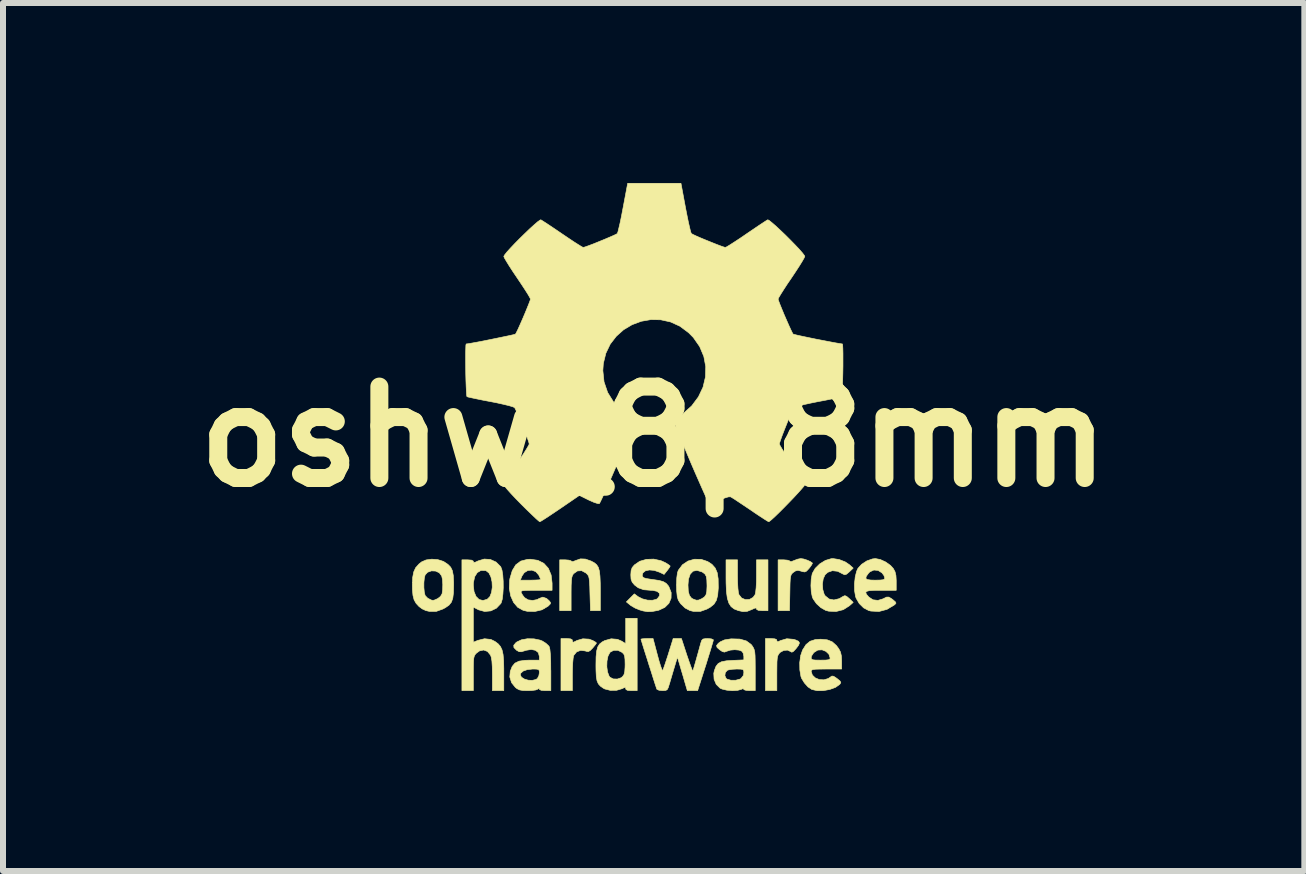
<source format=kicad_pcb>
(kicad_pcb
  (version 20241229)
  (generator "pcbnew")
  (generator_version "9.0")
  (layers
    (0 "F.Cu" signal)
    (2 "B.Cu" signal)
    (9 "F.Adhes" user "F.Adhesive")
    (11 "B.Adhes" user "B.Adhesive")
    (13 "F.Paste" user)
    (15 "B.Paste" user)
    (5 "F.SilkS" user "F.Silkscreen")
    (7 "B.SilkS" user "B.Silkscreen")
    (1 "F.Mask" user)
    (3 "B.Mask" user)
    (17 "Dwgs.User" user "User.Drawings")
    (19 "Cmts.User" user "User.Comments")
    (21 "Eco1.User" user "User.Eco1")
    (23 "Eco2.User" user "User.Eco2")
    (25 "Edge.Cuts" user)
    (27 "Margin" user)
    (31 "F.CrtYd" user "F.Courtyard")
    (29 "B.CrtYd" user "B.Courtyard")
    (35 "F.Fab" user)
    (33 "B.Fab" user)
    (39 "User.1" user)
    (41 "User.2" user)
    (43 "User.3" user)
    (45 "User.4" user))
  (footprint "oshw_8p8mm"
    (layer "F.Cu")
    (at 7.845 4.228)
    (property "Reference" "oshw_8p8mm" (at 0 0 0) (layer "F.SilkS") (effects (font (size 1.524 1.524) (thickness 0.3))))
    (attr through_hole)
    (fp_poly (pts (xy 2.02 3.37) (xy 2.049 3.383) (xy 2.053 3.398) (xy 2.057 3.418) (xy 2.078 3.416) (xy 2.116 3.398) (xy 2.219 3.368) (xy 2.332 3.378) (xy 2.368 3.389) (xy 2.415 3.411) (xy 2.43 3.439) (xy 2.413 3.48) (xy 2.371 3.535) (xy 2.33 3.579) (xy 2.303 3.593) (xy 2.283 3.582) (xy 2.232 3.558) (xy 2.168 3.563) (xy 2.109 3.595) (xy 2.099 3.605) (xy 2.081 3.628) (xy 2.068 3.655) (xy 2.06 3.694) (xy 2.055 3.753) (xy 2.054 3.839) (xy 2.053 3.944) (xy 2.053 4.233) (xy 1.863 4.233) (xy 1.863 3.365) (xy 1.958 3.365) (xy 2.02 3.37)) (stroke (width 0.01) (type solid)) (fill yes) (layer "F.SilkS"))
    (fp_poly (pts (xy -1.387 3.37) (xy -1.359 3.384) (xy -1.355 3.397) (xy -1.352 3.422) (xy -1.338 3.426) (xy -1.302 3.41) (xy -1.278 3.397) (xy -1.18 3.369) (xy -1.077 3.375) (xy -1.015 3.398) (xy -0.973 3.422) (xy -0.953 3.439) (xy -0.953 3.439) (xy -0.965 3.459) (xy -0.997 3.499) (xy -1.016 3.522) (xy -1.059 3.566) (xy -1.09 3.582) (xy -1.125 3.577) (xy -1.142 3.571) (xy -1.218 3.562) (xy -1.285 3.588) (xy -1.331 3.645) (xy -1.334 3.652) (xy -1.342 3.694) (xy -1.349 3.768) (xy -1.353 3.863) (xy -1.355 3.97) (xy -1.355 4.233) (xy -1.545 4.233) (xy -1.545 3.365) (xy -1.45 3.365) (xy -1.387 3.37)) (stroke (width 0.01) (type solid)) (fill yes) (layer "F.SilkS"))
    (fp_poly (pts (xy 2.5 2.039) (xy 2.558 2.058) (xy 2.61 2.081) (xy 2.642 2.103) (xy 2.646 2.111) (xy 2.633 2.137) (xy 2.602 2.181) (xy 2.588 2.198) (xy 2.548 2.241) (xy 2.518 2.255) (xy 2.478 2.249) (xy 2.459 2.242) (xy 2.405 2.228) (xy 2.364 2.238) (xy 2.332 2.259) (xy 2.31 2.277) (xy 2.294 2.297) (xy 2.284 2.326) (xy 2.277 2.371) (xy 2.273 2.441) (xy 2.271 2.543) (xy 2.27 2.6) (xy 2.264 2.9) (xy 2.074 2.9) (xy 2.074 2.053) (xy 2.168 2.053) (xy 2.226 2.058) (xy 2.263 2.069) (xy 2.269 2.076) (xy 2.291 2.084) (xy 2.339 2.065) (xy 2.399 2.042) (xy 2.451 2.032) (xy 2.5 2.039)) (stroke (width 0.01) (type solid)) (fill yes) (layer "F.SilkS"))
    (fp_poly (pts (xy 1.397 2.317) (xy 1.399 2.429) (xy 1.404 2.526) (xy 1.412 2.598) (xy 1.421 2.633) (xy 1.466 2.69) (xy 1.529 2.716) (xy 1.597 2.713) (xy 1.657 2.679) (xy 1.691 2.632) (xy 1.7 2.59) (xy 1.708 2.516) (xy 1.713 2.419) (xy 1.714 2.317) (xy 1.714 2.053) (xy 1.905 2.053) (xy 1.905 2.9) (xy 1.81 2.9) (xy 1.745 2.895) (xy 1.717 2.88) (xy 1.714 2.87) (xy 1.707 2.855) (xy 1.678 2.861) (xy 1.636 2.881) (xy 1.558 2.912) (xy 1.487 2.916) (xy 1.411 2.899) (xy 1.342 2.872) (xy 1.29 2.832) (xy 1.253 2.774) (xy 1.228 2.694) (xy 1.213 2.584) (xy 1.207 2.441) (xy 1.206 2.361) (xy 1.206 2.053) (xy 1.397 2.053) (xy 1.397 2.317)) (stroke (width 0.01) (type solid)) (fill yes) (layer "F.SilkS"))
    (fp_poly (pts (xy -1.139 2.04) (xy -1.044 2.073) (xy -0.991 2.101) (xy -0.951 2.134) (xy -0.923 2.177) (xy -0.905 2.239) (xy -0.895 2.324) (xy -0.89 2.44) (xy -0.889 2.571) (xy -0.889 2.9) (xy -1.053 2.9) (xy -1.062 2.612) (xy -1.065 2.496) (xy -1.07 2.415) (xy -1.076 2.361) (xy -1.085 2.325) (xy -1.1 2.301) (xy -1.121 2.28) (xy -1.131 2.271) (xy -1.2 2.234) (xy -1.27 2.238) (xy -1.334 2.283) (xy -1.339 2.289) (xy -1.354 2.314) (xy -1.365 2.349) (xy -1.371 2.402) (xy -1.375 2.481) (xy -1.376 2.594) (xy -1.376 2.616) (xy -1.376 2.9) (xy -1.566 2.9) (xy -1.566 2.053) (xy -1.473 2.053) (xy -1.415 2.058) (xy -1.378 2.069) (xy -1.372 2.076) (xy -1.349 2.084) (xy -1.301 2.065) (xy -1.221 2.037) (xy -1.139 2.04)) (stroke (width 0.01) (type solid)) (fill yes) (layer "F.SilkS"))
    (fp_poly (pts (xy 3.092 2.048) (xy 3.194 2.088) (xy 3.262 2.134) (xy 3.326 2.191) (xy 3.26 2.254) (xy 3.215 2.292) (xy 3.185 2.302) (xy 3.158 2.291) (xy 3.067 2.244) (xy 2.979 2.234) (xy 2.902 2.261) (xy 2.857 2.302) (xy 2.826 2.369) (xy 2.813 2.457) (xy 2.819 2.549) (xy 2.842 2.627) (xy 2.858 2.652) (xy 2.924 2.706) (xy 3.004 2.722) (xy 3.094 2.7) (xy 3.158 2.662) (xy 3.187 2.65) (xy 3.217 2.662) (xy 3.26 2.699) (xy 3.326 2.762) (xy 3.262 2.819) (xy 3.16 2.884) (xy 3.041 2.914) (xy 2.918 2.909) (xy 2.868 2.896) (xy 2.788 2.851) (xy 2.713 2.783) (xy 2.658 2.704) (xy 2.644 2.672) (xy 2.627 2.588) (xy 2.621 2.482) (xy 2.626 2.375) (xy 2.642 2.288) (xy 2.644 2.28) (xy 2.692 2.196) (xy 2.769 2.12) (xy 2.862 2.063) (xy 2.959 2.034) (xy 2.989 2.032) (xy 3.092 2.048)) (stroke (width 0.01) (type solid)) (fill yes) (layer "F.SilkS"))
    (fp_poly (pts (xy 0.792 2.045) (xy 0.901 2.082) (xy 0.972 2.129) (xy 1.025 2.189) (xy 1.059 2.267) (xy 1.075 2.37) (xy 1.077 2.506) (xy 1.077 2.524) (xy 1.067 2.642) (xy 1.045 2.728) (xy 1.006 2.791) (xy 0.944 2.842) (xy 0.889 2.873) (xy 0.778 2.913) (xy 0.667 2.913) (xy 0.606 2.899) (xy 0.524 2.856) (xy 0.45 2.785) (xy 0.411 2.726) (xy 0.393 2.666) (xy 0.383 2.568) (xy 0.381 2.477) (xy 0.381 2.472) (xy 0.572 2.472) (xy 0.577 2.577) (xy 0.596 2.647) (xy 0.631 2.692) (xy 0.663 2.709) (xy 0.711 2.726) (xy 0.748 2.724) (xy 0.795 2.704) (xy 0.803 2.7) (xy 0.846 2.672) (xy 0.872 2.636) (xy 0.885 2.582) (xy 0.889 2.499) (xy 0.889 2.477) (xy 0.886 2.386) (xy 0.876 2.327) (xy 0.853 2.288) (xy 0.814 2.259) (xy 0.802 2.253) (xy 0.722 2.229) (xy 0.657 2.242) (xy 0.609 2.292) (xy 0.58 2.376) (xy 0.572 2.472) (xy 0.381 2.472) (xy 0.385 2.355) (xy 0.397 2.267) (xy 0.411 2.227) (xy 0.48 2.135) (xy 0.573 2.073) (xy 0.679 2.043) (xy 0.792 2.045)) (stroke (width 0.01) (type solid)) (fill yes) (layer "F.SilkS"))
    (fp_poly (pts (xy -0.275 4.233) (xy -0.37 4.233) (xy -0.433 4.229) (xy -0.461 4.215) (xy -0.466 4.201) (xy -0.47 4.181) (xy -0.49 4.183) (xy -0.528 4.201) (xy -0.619 4.228) (xy -0.722 4.229) (xy -0.816 4.205) (xy -0.84 4.192) (xy -0.888 4.158) (xy -0.922 4.12) (xy -0.944 4.07) (xy -0.956 4) (xy -0.961 3.901) (xy -0.962 3.834) (xy -0.781 3.834) (xy -0.769 3.922) (xy -0.743 3.991) (xy -0.728 4.01) (xy -0.674 4.038) (xy -0.605 4.04) (xy -0.541 4.018) (xy -0.517 3.998) (xy -0.494 3.964) (xy -0.482 3.916) (xy -0.477 3.842) (xy -0.476 3.795) (xy -0.478 3.712) (xy -0.484 3.659) (xy -0.498 3.625) (xy -0.523 3.599) (xy -0.526 3.596) (xy -0.594 3.562) (xy -0.665 3.561) (xy -0.725 3.592) (xy -0.729 3.597) (xy -0.761 3.657) (xy -0.778 3.741) (xy -0.781 3.834) (xy -0.962 3.834) (xy -0.962 3.799) (xy -0.96 3.67) (xy -0.951 3.575) (xy -0.933 3.507) (xy -0.903 3.458) (xy -0.859 3.422) (xy -0.816 3.399) (xy -0.708 3.369) (xy -0.603 3.378) (xy -0.534 3.408) (xy -0.466 3.45) (xy -0.466 3.027) (xy -0.275 3.027) (xy -0.275 4.233)) (stroke (width 0.01) (type solid)) (fill yes) (layer "F.SilkS"))
    (fp_poly (pts (xy -3.6 2.049) (xy -3.511 2.077) (xy -3.495 2.085) (xy -3.429 2.129) (xy -3.383 2.176) (xy -3.355 2.234) (xy -3.34 2.314) (xy -3.334 2.423) (xy -3.334 2.477) (xy -3.337 2.601) (xy -3.348 2.692) (xy -3.371 2.758) (xy -3.411 2.808) (xy -3.471 2.85) (xy -3.514 2.873) (xy -3.625 2.913) (xy -3.735 2.913) (xy -3.797 2.899) (xy -3.857 2.871) (xy -3.91 2.832) (xy -3.96 2.778) (xy -3.993 2.719) (xy -4.012 2.645) (xy -4.021 2.546) (xy -4.021 2.515) (xy -3.83 2.515) (xy -3.823 2.592) (xy -3.81 2.645) (xy -3.809 2.648) (xy -3.767 2.692) (xy -3.707 2.723) (xy -3.677 2.729) (xy -3.648 2.721) (xy -3.601 2.7) (xy -3.6 2.7) (xy -3.553 2.663) (xy -3.527 2.62) (xy -3.517 2.551) (xy -3.515 2.464) (xy -3.52 2.381) (xy -3.533 2.322) (xy -3.573 2.269) (xy -3.635 2.24) (xy -3.704 2.237) (xy -3.768 2.26) (xy -3.809 2.305) (xy -3.822 2.355) (xy -3.83 2.431) (xy -3.83 2.515) (xy -4.021 2.515) (xy -4.022 2.47) (xy -4.017 2.347) (xy -3.999 2.254) (xy -3.966 2.183) (xy -3.911 2.122) (xy -3.867 2.087) (xy -3.794 2.055) (xy -3.699 2.042) (xy -3.6 2.049)) (stroke (width 0.01) (type solid)) (fill yes) (layer "F.SilkS"))
    (fp_poly (pts (xy -1.931 2.061) (xy -1.83 2.112) (xy -1.755 2.195) (xy -1.709 2.306) (xy -1.693 2.441) (xy -1.693 2.561) (xy -1.957 2.561) (xy -2.067 2.562) (xy -2.14 2.564) (xy -2.185 2.568) (xy -2.206 2.576) (xy -2.211 2.588) (xy -2.208 2.598) (xy -2.185 2.641) (xy -2.152 2.683) (xy -2.093 2.72) (xy -2.017 2.73) (xy -1.941 2.715) (xy -1.909 2.697) (xy -1.848 2.675) (xy -1.786 2.696) (xy -1.744 2.733) (xy -1.72 2.764) (xy -1.721 2.786) (xy -1.751 2.817) (xy -1.762 2.827) (xy -1.862 2.886) (xy -1.981 2.914) (xy -2.107 2.911) (xy -2.176 2.894) (xy -2.265 2.845) (xy -2.335 2.763) (xy -2.383 2.655) (xy -2.406 2.53) (xy -2.4 2.393) (xy -2.4 2.392) (xy -2.223 2.392) (xy -2.053 2.392) (xy -1.975 2.39) (xy -1.915 2.387) (xy -1.886 2.382) (xy -1.884 2.38) (xy -1.893 2.355) (xy -1.914 2.31) (xy -1.916 2.306) (xy -1.965 2.25) (xy -2.03 2.225) (xy -2.098 2.231) (xy -2.158 2.268) (xy -2.195 2.323) (xy -2.223 2.392) (xy -2.4 2.392) (xy -2.396 2.365) (xy -2.357 2.233) (xy -2.298 2.136) (xy -2.215 2.074) (xy -2.107 2.046) (xy -2.057 2.043) (xy -1.931 2.061)) (stroke (width 0.01) (type solid)) (fill yes) (layer "F.SilkS"))
    (fp_poly (pts (xy 0.123 2.068) (xy 0.196 2.101) (xy 0.244 2.131) (xy 0.272 2.153) (xy 0.275 2.158) (xy 0.263 2.18) (xy 0.233 2.222) (xy 0.224 2.233) (xy 0.174 2.296) (xy 0.097 2.259) (xy 0.01 2.229) (xy -0.071 2.222) (xy -0.137 2.236) (xy -0.179 2.27) (xy -0.191 2.309) (xy -0.185 2.334) (xy -0.165 2.352) (xy -0.122 2.365) (xy -0.047 2.377) (xy -0.009 2.382) (xy 0.092 2.397) (xy 0.161 2.417) (xy 0.208 2.445) (xy 0.244 2.486) (xy 0.254 2.502) (xy 0.292 2.599) (xy 0.29 2.693) (xy 0.254 2.778) (xy 0.185 2.846) (xy 0.087 2.892) (xy 0.062 2.898) (xy -0.03 2.915) (xy -0.102 2.917) (xy -0.174 2.905) (xy -0.233 2.888) (xy -0.307 2.858) (xy -0.376 2.818) (xy -0.392 2.806) (xy -0.455 2.754) (xy -0.389 2.687) (xy -0.322 2.62) (xy -0.258 2.668) (xy -0.186 2.704) (xy -0.102 2.725) (xy -0.02 2.727) (xy 0.045 2.711) (xy 0.064 2.698) (xy 0.099 2.65) (xy 0.095 2.609) (xy 0.056 2.578) (xy -0.016 2.562) (xy -0.049 2.561) (xy -0.167 2.551) (xy -0.257 2.519) (xy -0.319 2.472) (xy -0.358 2.425) (xy -0.377 2.375) (xy -0.381 2.304) (xy -0.376 2.232) (xy -0.358 2.182) (xy -0.321 2.138) (xy -0.232 2.077) (xy -0.121 2.045) (xy 0.001 2.041) (xy 0.123 2.068)) (stroke (width 0.01) (type solid)) (fill yes) (layer "F.SilkS"))
    (fp_poly (pts (xy 3.778 2.048) (xy 3.867 2.089) (xy 3.947 2.146) (xy 3.995 2.199) (xy 4.023 2.252) (xy 4.038 2.313) (xy 4.043 2.397) (xy 4.043 2.416) (xy 4.043 2.561) (xy 3.789 2.561) (xy 3.672 2.562) (xy 3.593 2.567) (xy 3.548 2.579) (xy 3.535 2.598) (xy 3.547 2.628) (xy 3.583 2.67) (xy 3.587 2.674) (xy 3.655 2.719) (xy 3.738 2.729) (xy 3.824 2.703) (xy 3.831 2.699) (xy 3.882 2.674) (xy 3.92 2.674) (xy 3.964 2.7) (xy 3.99 2.72) (xy 4.029 2.754) (xy 4.039 2.775) (xy 4.022 2.796) (xy 4.011 2.805) (xy 3.888 2.879) (xy 3.756 2.914) (xy 3.621 2.907) (xy 3.584 2.898) (xy 3.5 2.854) (xy 3.426 2.781) (xy 3.374 2.691) (xy 3.364 2.661) (xy 3.348 2.563) (xy 3.347 2.45) (xy 3.357 2.363) (xy 3.536 2.363) (xy 3.56 2.382) (xy 3.62 2.39) (xy 3.694 2.392) (xy 3.776 2.39) (xy 3.824 2.385) (xy 3.847 2.374) (xy 3.852 2.356) (xy 3.839 2.316) (xy 3.806 2.271) (xy 3.742 2.23) (xy 3.67 2.223) (xy 3.604 2.253) (xy 3.579 2.278) (xy 3.543 2.33) (xy 3.536 2.363) (xy 3.357 2.363) (xy 3.359 2.339) (xy 3.383 2.243) (xy 3.405 2.195) (xy 3.467 2.127) (xy 3.553 2.071) (xy 3.646 2.038) (xy 3.696 2.032) (xy 3.778 2.048)) (stroke (width 0.01) (type solid)) (fill yes) (layer "F.SilkS"))
    (fp_poly (pts (xy 2.892 3.386) (xy 2.975 3.419) (xy 3.046 3.482) (xy 3.085 3.535) (xy 3.114 3.59) (xy 3.129 3.656) (xy 3.133 3.739) (xy 3.133 3.873) (xy 2.879 3.873) (xy 2.771 3.874) (xy 2.699 3.876) (xy 2.655 3.882) (xy 2.633 3.891) (xy 2.626 3.904) (xy 2.625 3.911) (xy 2.645 3.974) (xy 2.694 4.021) (xy 2.762 4.049) (xy 2.838 4.053) (xy 2.911 4.031) (xy 2.946 4.007) (xy 2.972 3.99) (xy 3 3.994) (xy 3.043 4.022) (xy 3.058 4.033) (xy 3.103 4.07) (xy 3.119 4.094) (xy 3.11 4.117) (xy 3.1 4.129) (xy 3.032 4.178) (xy 2.937 4.213) (xy 2.83 4.233) (xy 2.725 4.234) (xy 2.635 4.213) (xy 2.635 4.213) (xy 2.572 4.171) (xy 2.512 4.104) (xy 2.466 4.029) (xy 2.455 3.999) (xy 2.436 3.888) (xy 2.434 3.766) (xy 2.445 3.688) (xy 2.625 3.688) (xy 2.63 3.707) (xy 2.652 3.719) (xy 2.698 3.724) (xy 2.778 3.725) (xy 2.783 3.725) (xy 2.865 3.724) (xy 2.913 3.719) (xy 2.936 3.708) (xy 2.942 3.69) (xy 2.941 3.688) (xy 2.921 3.627) (xy 2.872 3.579) (xy 2.807 3.553) (xy 2.738 3.557) (xy 2.732 3.559) (xy 2.669 3.599) (xy 2.631 3.656) (xy 2.625 3.688) (xy 2.445 3.688) (xy 2.45 3.649) (xy 2.482 3.556) (xy 2.539 3.466) (xy 2.607 3.41) (xy 2.694 3.382) (xy 2.783 3.376) (xy 2.892 3.386)) (stroke (width 0.01) (type solid)) (fill yes) (layer "F.SilkS"))
    (fp_poly (pts (xy -1.995 3.37) (xy -1.894 3.391) (xy -1.856 3.406) (xy -1.796 3.444) (xy -1.75 3.487) (xy -1.739 3.504) (xy -1.729 3.55) (xy -1.721 3.632) (xy -1.716 3.747) (xy -1.715 3.891) (xy -1.714 3.896) (xy -1.714 4.233) (xy -1.81 4.233) (xy -1.874 4.228) (xy -1.904 4.213) (xy -1.905 4.208) (xy -1.911 4.193) (xy -1.93 4.208) (xy -1.965 4.222) (xy -2.03 4.231) (xy -2.098 4.233) (xy -2.18 4.231) (xy -2.236 4.221) (xy -2.278 4.2) (xy -2.305 4.179) (xy -2.368 4.101) (xy -2.398 4.006) (xy -2.395 3.969) (xy -2.223 3.969) (xy -2.204 4.009) (xy -2.156 4.04) (xy -2.091 4.059) (xy -2.023 4.062) (xy -1.964 4.048) (xy -1.938 4.031) (xy -1.914 3.986) (xy -1.905 3.935) (xy -1.907 3.9) (xy -1.921 3.881) (xy -1.957 3.874) (xy -2.017 3.873) (xy -2.106 3.883) (xy -2.175 3.907) (xy -2.216 3.944) (xy -2.223 3.969) (xy -2.395 3.969) (xy -2.39 3.911) (xy -2.358 3.83) (xy -2.312 3.775) (xy -2.244 3.742) (xy -2.147 3.728) (xy -2.07 3.725) (xy -1.905 3.725) (xy -1.905 3.664) (xy -1.922 3.6) (xy -1.97 3.561) (xy -2.042 3.547) (xy -2.133 3.562) (xy -2.148 3.568) (xy -2.205 3.585) (xy -2.242 3.584) (xy -2.279 3.564) (xy -2.286 3.559) (xy -2.329 3.516) (xy -2.332 3.477) (xy -2.295 3.433) (xy -2.28 3.422) (xy -2.204 3.386) (xy -2.103 3.368) (xy -1.995 3.37)) (stroke (width 0.01) (type solid)) (fill yes) (layer "F.SilkS"))
    (fp_poly (pts (xy 1.436 3.374) (xy 1.545 3.405) (xy 1.624 3.463) (xy 1.645 3.49) (xy 1.663 3.52) (xy 1.676 3.551) (xy 1.685 3.592) (xy 1.69 3.648) (xy 1.692 3.73) (xy 1.693 3.842) (xy 1.693 3.898) (xy 1.693 4.233) (xy 1.598 4.233) (xy 1.541 4.229) (xy 1.507 4.218) (xy 1.503 4.211) (xy 1.49 4.2) (xy 1.462 4.211) (xy 1.398 4.229) (xy 1.312 4.234) (xy 1.22 4.226) (xy 1.14 4.207) (xy 1.107 4.192) (xy 1.043 4.129) (xy 1.007 4.044) (xy 1.004 3.984) (xy 1.187 3.984) (xy 1.208 4.03) (xy 1.222 4.041) (xy 1.287 4.06) (xy 1.367 4.06) (xy 1.438 4.041) (xy 1.456 4.031) (xy 1.496 3.979) (xy 1.503 3.936) (xy 1.501 3.9) (xy 1.488 3.882) (xy 1.454 3.875) (xy 1.388 3.873) (xy 1.385 3.873) (xy 1.311 3.877) (xy 1.25 3.887) (xy 1.226 3.895) (xy 1.194 3.933) (xy 1.187 3.984) (xy 1.004 3.984) (xy 1.002 3.945) (xy 1.012 3.898) (xy 1.039 3.828) (xy 1.076 3.781) (xy 1.131 3.752) (xy 1.212 3.736) (xy 1.315 3.729) (xy 1.503 3.721) (xy 1.503 3.662) (xy 1.492 3.609) (xy 1.471 3.577) (xy 1.423 3.558) (xy 1.352 3.551) (xy 1.278 3.558) (xy 1.218 3.577) (xy 1.18 3.591) (xy 1.145 3.582) (xy 1.103 3.554) (xy 1.057 3.514) (xy 1.048 3.482) (xy 1.076 3.446) (xy 1.108 3.421) (xy 1.179 3.388) (xy 1.284 3.371) (xy 1.297 3.37) (xy 1.436 3.374)) (stroke (width 0.01) (type solid)) (fill yes) (layer "F.SilkS"))
    (fp_poly (pts (xy 0.063 3.641) (xy 0.09 3.74) (xy 0.115 3.821) (xy 0.135 3.876) (xy 0.147 3.9) (xy 0.149 3.9) (xy 0.16 3.875) (xy 0.181 3.817) (xy 0.208 3.736) (xy 0.24 3.638) (xy 0.244 3.625) (xy 0.325 3.365) (xy 0.463 3.365) (xy 0.553 3.64) (xy 0.587 3.739) (xy 0.616 3.821) (xy 0.638 3.879) (xy 0.65 3.906) (xy 0.651 3.906) (xy 0.66 3.885) (xy 0.677 3.828) (xy 0.704 3.734) (xy 0.741 3.602) (xy 0.784 3.445) (xy 0.8 3.396) (xy 0.823 3.373) (xy 0.866 3.366) (xy 0.9 3.365) (xy 0.96 3.37) (xy 0.992 3.383) (xy 0.995 3.389) (xy 0.989 3.416) (xy 0.971 3.476) (xy 0.945 3.564) (xy 0.911 3.672) (xy 0.873 3.796) (xy 0.864 3.823) (xy 0.733 4.233) (xy 0.647 4.233) (xy 0.561 4.233) (xy 0.522 4.101) (xy 0.495 4.007) (xy 0.463 3.9) (xy 0.44 3.822) (xy 0.396 3.675) (xy 0.345 3.843) (xy 0.316 3.94) (xy 0.287 4.038) (xy 0.264 4.117) (xy 0.262 4.122) (xy 0.242 4.186) (xy 0.223 4.219) (xy 0.195 4.231) (xy 0.146 4.233) (xy 0.146 4.233) (xy 0.089 4.227) (xy 0.055 4.211) (xy 0.052 4.207) (xy 0.041 4.174) (xy 0.02 4.111) (xy -0.008 4.024) (xy -0.04 3.921) (xy -0.076 3.81) (xy -0.111 3.698) (xy -0.145 3.592) (xy -0.174 3.5) (xy -0.196 3.428) (xy -0.209 3.385) (xy -0.212 3.375) (xy -0.193 3.37) (xy -0.144 3.366) (xy -0.111 3.365) (xy -0.01 3.365) (xy 0.063 3.641)) (stroke (width 0.01) (type solid)) (fill yes) (layer "F.SilkS"))
    (fp_poly (pts (xy -2.722 2.047) (xy -2.627 2.09) (xy -2.551 2.166) (xy -2.547 2.173) (xy -2.528 2.225) (xy -2.515 2.308) (xy -2.508 2.41) (xy -2.507 2.518) (xy -2.513 2.622) (xy -2.524 2.711) (xy -2.542 2.771) (xy -2.547 2.78) (xy -2.621 2.859) (xy -2.714 2.904) (xy -2.817 2.914) (xy -2.919 2.886) (xy -2.926 2.882) (xy -3.006 2.841) (xy -3.006 3.427) (xy -2.932 3.396) (xy -2.819 3.368) (xy -2.713 3.38) (xy -2.644 3.414) (xy -2.592 3.453) (xy -2.554 3.498) (xy -2.527 3.555) (xy -2.51 3.631) (xy -2.501 3.732) (xy -2.498 3.867) (xy -2.498 3.921) (xy -2.498 4.233) (xy -2.688 4.233) (xy -2.688 3.968) (xy -2.69 3.836) (xy -2.696 3.741) (xy -2.707 3.676) (xy -2.719 3.642) (xy -2.77 3.58) (xy -2.834 3.556) (xy -2.903 3.571) (xy -2.954 3.608) (xy -2.975 3.631) (xy -2.989 3.656) (xy -2.998 3.69) (xy -3.003 3.742) (xy -3.005 3.82) (xy -3.006 3.931) (xy -3.006 3.947) (xy -3.006 4.233) (xy -3.196 4.233) (xy -3.196 2.474) (xy -3.006 2.474) (xy -2.994 2.582) (xy -2.961 2.663) (xy -2.91 2.714) (xy -2.846 2.731) (xy -2.774 2.71) (xy -2.729 2.665) (xy -2.702 2.595) (xy -2.69 2.51) (xy -2.694 2.42) (xy -2.713 2.337) (xy -2.746 2.272) (xy -2.793 2.235) (xy -2.802 2.232) (xy -2.879 2.23) (xy -2.94 2.266) (xy -2.983 2.334) (xy -3.004 2.432) (xy -3.006 2.474) (xy -3.196 2.474) (xy -3.196 2.053) (xy -3.101 2.053) (xy -3.036 2.058) (xy -3.008 2.073) (xy -3.006 2.083) (xy -2.998 2.097) (xy -2.968 2.091) (xy -2.926 2.071) (xy -2.824 2.04) (xy -2.722 2.047)) (stroke (width 0.01) (type solid)) (fill yes) (layer "F.SilkS"))
    (fp_poly (pts (xy 0.531 -3.814) (xy 0.556 -3.687) (xy 0.579 -3.574) (xy 0.6 -3.482) (xy 0.616 -3.417) (xy 0.627 -3.387) (xy 0.627 -3.386) (xy 0.654 -3.371) (xy 0.711 -3.344) (xy 0.789 -3.31) (xy 0.879 -3.273) (xy 0.973 -3.235) (xy 1.061 -3.2) (xy 1.133 -3.173) (xy 1.181 -3.157) (xy 1.195 -3.154) (xy 1.219 -3.165) (xy 1.272 -3.197) (xy 1.348 -3.246) (xy 1.441 -3.307) (xy 1.545 -3.378) (xy 1.546 -3.379) (xy 1.651 -3.45) (xy 1.745 -3.514) (xy 1.822 -3.565) (xy 1.876 -3.6) (xy 1.902 -3.615) (xy 1.925 -3.604) (xy 1.971 -3.567) (xy 2.036 -3.511) (xy 2.112 -3.44) (xy 2.195 -3.361) (xy 2.279 -3.277) (xy 2.358 -3.196) (xy 2.427 -3.123) (xy 2.48 -3.062) (xy 2.512 -3.02) (xy 2.519 -3.005) (xy 2.507 -2.977) (xy 2.475 -2.921) (xy 2.427 -2.843) (xy 2.365 -2.748) (xy 2.297 -2.646) (xy 2.226 -2.542) (xy 2.165 -2.448) (xy 2.117 -2.372) (xy 2.085 -2.318) (xy 2.074 -2.294) (xy 2.082 -2.265) (xy 2.104 -2.207) (xy 2.136 -2.128) (xy 2.174 -2.036) (xy 2.215 -1.942) (xy 2.254 -1.853) (xy 2.288 -1.779) (xy 2.313 -1.728) (xy 2.324 -1.71) (xy 2.347 -1.703) (xy 2.404 -1.689) (xy 2.487 -1.671) (xy 2.588 -1.65) (xy 2.699 -1.627) (xy 2.813 -1.605) (xy 2.922 -1.584) (xy 3.017 -1.566) (xy 3.092 -1.553) (xy 3.138 -1.546) (xy 3.146 -1.545) (xy 3.15 -1.525) (xy 3.153 -1.471) (xy 3.155 -1.389) (xy 3.155 -1.288) (xy 3.155 -1.174) (xy 3.153 -1.057) (xy 3.15 -0.942) (xy 3.147 -0.838) (xy 3.143 -0.753) (xy 3.138 -0.693) (xy 3.133 -0.667) (xy 3.133 -0.667) (xy 3.106 -0.659) (xy 3.045 -0.645) (xy 2.956 -0.626) (xy 2.847 -0.604) (xy 2.74 -0.584) (xy 2.616 -0.559) (xy 2.507 -0.535) (xy 2.42 -0.513) (xy 2.362 -0.495) (xy 2.34 -0.485) (xy 2.323 -0.455) (xy 2.295 -0.394) (xy 2.259 -0.313) (xy 2.22 -0.218) (xy 2.181 -0.12) (xy 2.145 -0.028) (xy 2.117 0.05) (xy 2.099 0.104) (xy 2.095 0.123) (xy 2.107 0.149) (xy 2.139 0.203) (xy 2.188 0.28) (xy 2.249 0.372) (xy 2.307 0.458) (xy 2.376 0.56) (xy 2.436 0.652) (xy 2.482 0.727) (xy 2.511 0.779) (xy 2.519 0.801) (xy 2.505 0.825) (xy 2.465 0.872) (xy 2.407 0.937) (xy 2.335 1.015) (xy 2.255 1.098) (xy 2.172 1.183) (xy 2.093 1.262) (xy 2.022 1.331) (xy 1.965 1.383) (xy 1.928 1.413) (xy 1.918 1.418) (xy 1.896 1.407) (xy 1.845 1.375) (xy 1.771 1.327) (xy 1.681 1.267) (xy 1.607 1.216) (xy 1.507 1.149) (xy 1.417 1.089) (xy 1.345 1.041) (xy 1.296 1.011) (xy 1.279 1.002) (xy 1.244 1.004) (xy 1.183 1.023) (xy 1.11 1.054) (xy 1.101 1.058) (xy 1.027 1.091) (xy 0.967 1.112) (xy 0.93 1.117) (xy 0.927 1.117) (xy 0.915 1.096) (xy 0.888 1.042) (xy 0.85 0.959) (xy 0.803 0.854) (xy 0.749 0.731) (xy 0.69 0.597) (xy 0.629 0.456) (xy 0.569 0.314) (xy 0.511 0.176) (xy 0.457 0.048) (xy 0.411 -0.064) (xy 0.375 -0.156) (xy 0.35 -0.222) (xy 0.339 -0.256) (xy 0.339 -0.258) (xy 0.355 -0.276) (xy 0.397 -0.312) (xy 0.458 -0.359) (xy 0.486 -0.38) (xy 0.634 -0.513) (xy 0.746 -0.663) (xy 0.823 -0.825) (xy 0.863 -0.994) (xy 0.868 -1.166) (xy 0.836 -1.337) (xy 0.767 -1.501) (xy 0.661 -1.653) (xy 0.583 -1.732) (xy 0.437 -1.841) (xy 0.281 -1.912) (xy 0.118 -1.948) (xy -0.047 -1.951) (xy -0.207 -1.923) (xy -0.36 -1.866) (xy -0.501 -1.782) (xy -0.623 -1.673) (xy -0.724 -1.542) (xy -0.797 -1.39) (xy -0.839 -1.22) (xy -0.847 -1.101) (xy -0.827 -0.912) (xy -0.767 -0.736) (xy -0.668 -0.577) (xy -0.531 -0.434) (xy -0.465 -0.38) (xy -0.399 -0.33) (xy -0.348 -0.288) (xy -0.32 -0.263) (xy -0.318 -0.258) (xy -0.326 -0.23) (xy -0.348 -0.17) (xy -0.383 -0.082) (xy -0.428 0.027) (xy -0.48 0.153) (xy -0.537 0.289) (xy -0.598 0.431) (xy -0.659 0.573) (xy -0.718 0.709) (xy -0.773 0.834) (xy -0.822 0.943) (xy -0.862 1.03) (xy -0.89 1.089) (xy -0.906 1.116) (xy -0.907 1.117) (xy -0.939 1.113) (xy -0.997 1.094) (xy -1.07 1.062) (xy -1.087 1.054) (xy -1.238 0.979) (xy -1.559 1.199) (xy -1.662 1.268) (xy -1.753 1.329) (xy -1.827 1.377) (xy -1.877 1.408) (xy -1.898 1.418) (xy -1.918 1.404) (xy -1.963 1.364) (xy -2.027 1.303) (xy -2.107 1.226) (xy -2.197 1.137) (xy -2.207 1.127) (xy -2.297 1.035) (xy -2.376 0.951) (xy -2.439 0.881) (xy -2.481 0.829) (xy -2.498 0.801) (xy -2.498 0.8) (xy -2.486 0.772) (xy -2.454 0.716) (xy -2.405 0.637) (xy -2.344 0.544) (xy -2.286 0.458) (xy -2.217 0.357) (xy -2.158 0.267) (xy -2.112 0.193) (xy -2.083 0.143) (xy -2.074 0.123) (xy -2.082 0.091) (xy -2.103 0.028) (xy -2.134 -0.055) (xy -2.171 -0.15) (xy -2.211 -0.248) (xy -2.249 -0.339) (xy -2.283 -0.415) (xy -2.308 -0.467) (xy -2.319 -0.485) (xy -2.348 -0.498) (xy -2.412 -0.517) (xy -2.503 -0.539) (xy -2.615 -0.564) (xy -2.718 -0.584) (xy -2.84 -0.607) (xy -2.947 -0.629) (xy -3.032 -0.647) (xy -3.09 -0.66) (xy -3.112 -0.667) (xy -3.117 -0.69) (xy -3.121 -0.747) (xy -3.125 -0.83) (xy -3.129 -0.933) (xy -3.132 -1.047) (xy -3.133 -1.164) (xy -3.134 -1.278) (xy -3.134 -1.381) (xy -3.132 -1.465) (xy -3.13 -1.522) (xy -3.125 -1.545) (xy -3.125 -1.545) (xy -3.092 -1.549) (xy -3.028 -1.56) (xy -2.939 -1.576) (xy -2.835 -1.596) (xy -2.722 -1.619) (xy -2.609 -1.642) (xy -2.503 -1.664) (xy -2.412 -1.683) (xy -2.344 -1.698) (xy -2.307 -1.708) (xy -2.303 -1.71) (xy -2.288 -1.736) (xy -2.26 -1.793) (xy -2.225 -1.871) (xy -2.185 -1.962) (xy -2.145 -2.056) (xy -2.108 -2.146) (xy -2.078 -2.221) (xy -2.058 -2.274) (xy -2.053 -2.294) (xy -2.065 -2.319) (xy -2.096 -2.373) (xy -2.145 -2.45) (xy -2.206 -2.543) (xy -2.275 -2.646) (xy -2.346 -2.751) (xy -2.407 -2.845) (xy -2.455 -2.923) (xy -2.487 -2.978) (xy -2.498 -3.005) (xy -2.483 -3.031) (xy -2.444 -3.08) (xy -2.385 -3.145) (xy -2.312 -3.222) (xy -2.231 -3.304) (xy -2.146 -3.387) (xy -2.065 -3.465) (xy -1.992 -3.531) (xy -1.933 -3.582) (xy -1.893 -3.61) (xy -1.881 -3.615) (xy -1.855 -3.599) (xy -1.8 -3.564) (xy -1.723 -3.513) (xy -1.629 -3.45) (xy -1.525 -3.379) (xy -1.42 -3.308) (xy -1.327 -3.246) (xy -1.251 -3.198) (xy -1.198 -3.165) (xy -1.174 -3.154) (xy -1.174 -3.154) (xy -1.144 -3.162) (xy -1.085 -3.183) (xy -1.005 -3.213) (xy -0.914 -3.25) (xy -0.821 -3.288) (xy -0.734 -3.325) (xy -0.663 -3.356) (xy -0.618 -3.378) (xy -0.606 -3.386) (xy -0.596 -3.412) (xy -0.581 -3.473) (xy -0.56 -3.562) (xy -0.537 -3.673) (xy -0.513 -3.799) (xy -0.51 -3.814) (xy -0.433 -4.223) (xy 0.455 -4.223) (xy 0.531 -3.814)) (stroke (width 0.01) (type solid)) (fill yes) (layer "F.SilkS")))
  (gr_rect
    (start -3 -3)
    (end 18.69 11.467)
    (stroke (width 0.1) (type default))
    (fill no)
    (layer "Edge.Cuts")))
</source>
